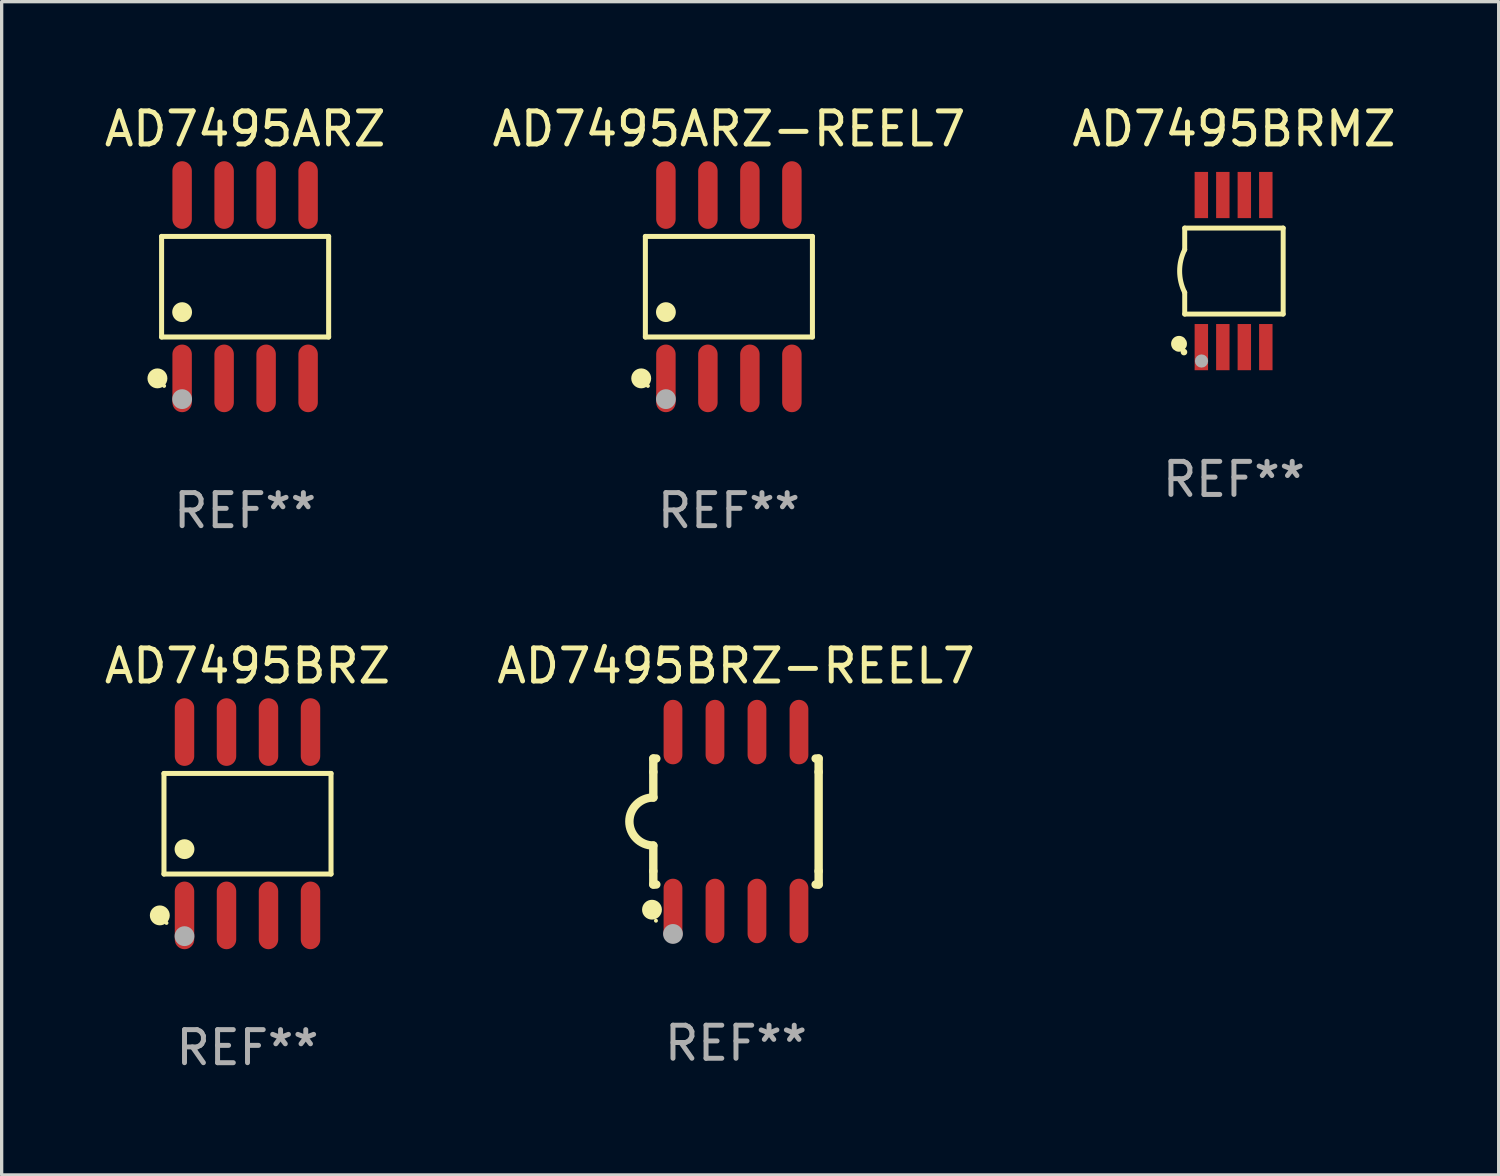
<source format=kicad_pcb>
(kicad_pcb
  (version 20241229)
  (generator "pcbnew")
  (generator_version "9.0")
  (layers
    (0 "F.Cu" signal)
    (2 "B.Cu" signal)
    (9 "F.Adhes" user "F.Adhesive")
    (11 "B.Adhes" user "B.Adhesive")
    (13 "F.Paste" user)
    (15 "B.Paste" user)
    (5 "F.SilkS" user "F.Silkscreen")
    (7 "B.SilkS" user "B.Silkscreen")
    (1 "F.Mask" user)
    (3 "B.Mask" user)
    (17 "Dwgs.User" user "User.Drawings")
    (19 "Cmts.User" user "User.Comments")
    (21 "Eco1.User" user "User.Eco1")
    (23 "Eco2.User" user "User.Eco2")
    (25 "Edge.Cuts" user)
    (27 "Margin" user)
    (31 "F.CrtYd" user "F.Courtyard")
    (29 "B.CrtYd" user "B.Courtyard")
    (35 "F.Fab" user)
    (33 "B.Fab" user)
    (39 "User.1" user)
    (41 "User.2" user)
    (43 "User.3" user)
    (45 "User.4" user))
  (footprint "AD7495BRMZ"
    (layer "F.Cu")
    (at 34.268 5.148)
    (property "Reference" "AD7495BRMZ" (at 0 -4.3 0) (layer "F.SilkS") (effects (font (size 1 1) (thickness 0.15))))
    (attr through_hole)
    (fp_line (start -1.489 -1.3) (end -1.489 -0.648) (stroke (width 0.15) (type solid)) (layer "F.SilkS"))
    (fp_line (start -1.489 0.648) (end -1.489 1.3) (stroke (width 0.15) (type solid)) (layer "F.SilkS"))
    (fp_line (start -1.489 1.3) (end 1.489 1.3) (stroke (width 0.15) (type solid)) (layer "F.SilkS"))
    (fp_line (start 1.489 -1.3) (end -1.489 -1.3) (stroke (width 0.15) (type solid)) (layer "F.SilkS"))
    (fp_line (start 1.489 1.3) (end 1.489 -1.3) (stroke (width 0.15) (type solid)) (layer "F.SilkS"))
    (fp_arc (start -1.489205 0.647702) (mid -1.642107 0) (end -1.489205 -0.647701) (stroke (width 0.150013) (type solid)) (layer "F.SilkS"))
    (fp_circle (center -1.661 2.2) (end -1.541 2.2) (stroke (width 0.24) (type solid)) (fill no) (layer "F.SilkS"))
    (fp_circle (center -1.511 2.45) (end -1.461 2.45) (stroke (width 0.1) (type solid)) (fill no) (layer "F.SilkS"))
    (fp_circle (center -0.981 2.72) (end -0.881 2.72) (stroke (width 0.2) (type solid)) (fill no) (layer "F.Fab"))
    (fp_text user "REF**" (at 0 6.3 0) (layer "F.Fab") (effects (font (size 1 1) (thickness 0.15))))
    (pad "1" smd rect (at -0.986 2.3) (size 0.406 1.397) (layers "F.Cu" "F.Mask" "F.Paste"))
    (pad "2" smd rect (at -0.336 2.3) (size 0.406 1.397) (layers "F.Cu" "F.Mask" "F.Paste"))
    (pad "3" smd rect (at 0.314 2.3) (size 0.406 1.397) (layers "F.Cu" "F.Mask" "F.Paste"))
    (pad "4" smd rect (at 0.964 2.3) (size 0.406 1.397) (layers "F.Cu" "F.Mask" "F.Paste"))
    (pad "5" smd rect (at 0.964 -2.3) (size 0.406 1.397) (layers "F.Cu" "F.Mask" "F.Paste"))
    (pad "6" smd rect (at 0.314 -2.3) (size 0.406 1.397) (layers "F.Cu" "F.Mask" "F.Paste"))
    (pad "7" smd rect (at -0.336 -2.3) (size 0.406 1.397) (layers "F.Cu" "F.Mask" "F.Paste"))
    (pad "8" smd rect (at -0.986 -2.3) (size 0.406 1.397) (layers "F.Cu" "F.Mask" "F.Paste")))
  (footprint "AD7495BRZ-REEL7"
    (layer "F.Cu")
    (at 19.208 21.795)
    (property "Reference" "AD7495BRZ-REEL7" (at 0 -4.705 0) (layer "F.SilkS") (effects (font (size 1 1) (thickness 0.15))))
    (attr through_hole)
    (fp_line (start -2.5 -1.905) (end -2.409 -1.905) (stroke (width 0.254) (type solid)) (layer "F.SilkS"))
    (fp_line (start -2.5 -1.5) (end -2.5 -1.905) (stroke (width 0.254) (type solid)) (layer "F.SilkS"))
    (fp_line (start -2.5 -1.5) (end -2.5 -0.726) (stroke (width 0.254) (type solid)) (layer "F.SilkS"))
    (fp_line (start -2.5 1.5) (end -2.5 0.727) (stroke (width 0.254) (type solid)) (layer "F.SilkS"))
    (fp_line (start -2.5 1.5) (end -2.5 1.905) (stroke (width 0.254) (type solid)) (layer "F.SilkS"))
    (fp_line (start -2.5 1.905) (end -2.409 1.905) (stroke (width 0.254) (type solid)) (layer "F.SilkS"))
    (fp_line (start 2.5 -1.905) (end 2.409 -1.905) (stroke (width 0.254) (type solid)) (layer "F.SilkS"))
    (fp_line (start 2.5 -1.5) (end 2.5 -1.905) (stroke (width 0.254) (type solid)) (layer "F.SilkS"))
    (fp_line (start 2.5 -1.5) (end 2.5 1.5) (stroke (width 0.254) (type solid)) (layer "F.SilkS"))
    (fp_line (start 2.5 1.5) (end 2.5 1.905) (stroke (width 0.254) (type solid)) (layer "F.SilkS"))
    (fp_line (start 2.5 1.905) (end 2.409 1.905) (stroke (width 0.254) (type solid)) (layer "F.SilkS"))
    (fp_arc (start -2.5 0.726568) (mid -3.220316 -0.0023) (end -2.495097 -0.726289) (stroke (width 0.254001) (type solid)) (layer "F.SilkS"))
    (fp_circle (center -2.54 2.667) (end -2.39 2.667) (stroke (width 0.3) (type solid)) (fill no) (layer "F.SilkS"))
    (fp_circle (center -2.42 3) (end -2.39 3) (stroke (width 0.06) (type solid)) (fill no) (layer "F.SilkS"))
    (fp_circle (center -1.905 3.4) (end -1.755 3.4) (stroke (width 0.3) (type solid)) (fill no) (layer "F.Fab"))
    (fp_text user "REF**" (at 0 6.705 0) (layer "F.Fab") (effects (font (size 1 1) (thickness 0.15))))
    (pad "1" smd oval (at -1.905 2.705) (size 0.568 1.95) (layers "F.Cu" "F.Mask" "F.Paste"))
    (pad "2" smd oval (at -0.635 2.705) (size 0.568 1.95) (layers "F.Cu" "F.Mask" "F.Paste"))
    (pad "3" smd oval (at 0.635 2.705) (size 0.568 1.95) (layers "F.Cu" "F.Mask" "F.Paste"))
    (pad "4" smd oval (at 1.905 2.705) (size 0.568 1.95) (layers "F.Cu" "F.Mask" "F.Paste"))
    (pad "5" smd oval (at 1.905 -2.705) (size 0.568 1.95) (layers "F.Cu" "F.Mask" "F.Paste"))
    (pad "6" smd oval (at 0.635 -2.705) (size 0.568 1.95) (layers "F.Cu" "F.Mask" "F.Paste"))
    (pad "7" smd oval (at -0.635 -2.705) (size 0.568 1.95) (layers "F.Cu" "F.Mask" "F.Paste"))
    (pad "8" smd oval (at -1.905 -2.705) (size 0.568 1.95) (layers "F.Cu" "F.Mask" "F.Paste")))
  (footprint "AD7495ARZ-REEL7"
    (layer "F.Cu")
    (at 18.994 5.621)
    (property "Reference" "AD7495ARZ-REEL7" (at 0 -4.772 0) (layer "F.SilkS") (effects (font (size 1 1) (thickness 0.15))))
    (attr through_hole)
    (fp_line (start -2.526 -1.521) (end 2.526 -1.521) (stroke (width 0.152) (type solid)) (layer "F.SilkS"))
    (fp_line (start -2.526 1.521) (end -2.526 -1.521) (stroke (width 0.152) (type solid)) (layer "F.SilkS"))
    (fp_line (start 2.526 -1.521) (end 2.526 1.521) (stroke (width 0.152) (type solid)) (layer "F.SilkS"))
    (fp_line (start 2.526 1.521) (end -2.526 1.521) (stroke (width 0.152) (type solid)) (layer "F.SilkS"))
    (fp_circle (center -2.652 2.772) (end -2.501 2.772) (stroke (width 0.3) (type solid)) (fill no) (layer "F.SilkS"))
    (fp_circle (center -2.45 3) (end -2.42 3) (stroke (width 0.06) (type solid)) (fill no) (layer "F.SilkS"))
    (fp_circle (center -1.905 0.769) (end -1.755 0.769) (stroke (width 0.3) (type solid)) (fill no) (layer "F.SilkS"))
    (fp_circle (center -1.905 3.4) (end -1.755 3.4) (stroke (width 0.3) (type solid)) (fill no) (layer "F.Fab"))
    (fp_text user "REF**" (at 0 6.772 0) (layer "F.Fab") (effects (font (size 1 1) (thickness 0.15))))
    (pad "1" smd oval (at -1.905 2.772) (size 0.588 2.045) (layers "F.Cu" "F.Mask" "F.Paste"))
    (pad "2" smd oval (at -0.635 2.772) (size 0.588 2.045) (layers "F.Cu" "F.Mask" "F.Paste"))
    (pad "3" smd oval (at 0.635 2.772) (size 0.588 2.045) (layers "F.Cu" "F.Mask" "F.Paste"))
    (pad "4" smd oval (at 1.905 2.772) (size 0.588 2.045) (layers "F.Cu" "F.Mask" "F.Paste"))
    (pad "5" smd oval (at 1.905 -2.772) (size 0.588 2.045) (layers "F.Cu" "F.Mask" "F.Paste"))
    (pad "6" smd oval (at 0.635 -2.772) (size 0.588 2.045) (layers "F.Cu" "F.Mask" "F.Paste"))
    (pad "7" smd oval (at -0.635 -2.772) (size 0.588 2.045) (layers "F.Cu" "F.Mask" "F.Paste"))
    (pad "8" smd oval (at -1.905 -2.772) (size 0.588 2.045) (layers "F.Cu" "F.Mask" "F.Paste")))
  (footprint "AD7495BRZ"
    (layer "F.Cu")
    (at 4.435 21.862)
    (property "Reference" "AD7495BRZ" (at 0 -4.772 0) (layer "F.SilkS") (effects (font (size 1 1) (thickness 0.15))))
    (attr through_hole)
    (fp_line (start -2.526 -1.521) (end 2.526 -1.521) (stroke (width 0.152) (type solid)) (layer "F.SilkS"))
    (fp_line (start -2.526 1.521) (end -2.526 -1.521) (stroke (width 0.152) (type solid)) (layer "F.SilkS"))
    (fp_line (start 2.526 -1.521) (end 2.526 1.521) (stroke (width 0.152) (type solid)) (layer "F.SilkS"))
    (fp_line (start 2.526 1.521) (end -2.526 1.521) (stroke (width 0.152) (type solid)) (layer "F.SilkS"))
    (fp_circle (center -2.652 2.772) (end -2.501 2.772) (stroke (width 0.3) (type solid)) (fill no) (layer "F.SilkS"))
    (fp_circle (center -2.45 3) (end -2.42 3) (stroke (width 0.06) (type solid)) (fill no) (layer "F.SilkS"))
    (fp_circle (center -1.905 0.769) (end -1.755 0.769) (stroke (width 0.3) (type solid)) (fill no) (layer "F.SilkS"))
    (fp_circle (center -1.905 3.4) (end -1.755 3.4) (stroke (width 0.3) (type solid)) (fill no) (layer "F.Fab"))
    (fp_text user "REF**" (at 0 6.772 0) (layer "F.Fab") (effects (font (size 1 1) (thickness 0.15))))
    (pad "1" smd oval (at -1.905 2.772) (size 0.588 2.045) (layers "F.Cu" "F.Mask" "F.Paste"))
    (pad "2" smd oval (at -0.635 2.772) (size 0.588 2.045) (layers "F.Cu" "F.Mask" "F.Paste"))
    (pad "3" smd oval (at 0.635 2.772) (size 0.588 2.045) (layers "F.Cu" "F.Mask" "F.Paste"))
    (pad "4" smd oval (at 1.905 2.772) (size 0.588 2.045) (layers "F.Cu" "F.Mask" "F.Paste"))
    (pad "5" smd oval (at 1.905 -2.772) (size 0.588 2.045) (layers "F.Cu" "F.Mask" "F.Paste"))
    (pad "6" smd oval (at 0.635 -2.772) (size 0.588 2.045) (layers "F.Cu" "F.Mask" "F.Paste"))
    (pad "7" smd oval (at -0.635 -2.772) (size 0.588 2.045) (layers "F.Cu" "F.Mask" "F.Paste"))
    (pad "8" smd oval (at -1.905 -2.772) (size 0.588 2.045) (layers "F.Cu" "F.Mask" "F.Paste")))
  (footprint "AD7495ARZ"
    (layer "F.Cu")
    (at 4.363 5.621)
    (property "Reference" "AD7495ARZ" (at 0 -4.772 0) (layer "F.SilkS") (effects (font (size 1 1) (thickness 0.15))))
    (attr through_hole)
    (fp_line (start -2.526 -1.521) (end 2.526 -1.521) (stroke (width 0.152) (type solid)) (layer "F.SilkS"))
    (fp_line (start -2.526 1.521) (end -2.526 -1.521) (stroke (width 0.152) (type solid)) (layer "F.SilkS"))
    (fp_line (start 2.526 -1.521) (end 2.526 1.521) (stroke (width 0.152) (type solid)) (layer "F.SilkS"))
    (fp_line (start 2.526 1.521) (end -2.526 1.521) (stroke (width 0.152) (type solid)) (layer "F.SilkS"))
    (fp_circle (center -2.652 2.772) (end -2.501 2.772) (stroke (width 0.3) (type solid)) (fill no) (layer "F.SilkS"))
    (fp_circle (center -2.45 3) (end -2.42 3) (stroke (width 0.06) (type solid)) (fill no) (layer "F.SilkS"))
    (fp_circle (center -1.905 0.769) (end -1.755 0.769) (stroke (width 0.3) (type solid)) (fill no) (layer "F.SilkS"))
    (fp_circle (center -1.905 3.4) (end -1.755 3.4) (stroke (width 0.3) (type solid)) (fill no) (layer "F.Fab"))
    (fp_text user "REF**" (at 0 6.772 0) (layer "F.Fab") (effects (font (size 1 1) (thickness 0.15))))
    (pad "1" smd oval (at -1.905 2.772) (size 0.588 2.045) (layers "F.Cu" "F.Mask" "F.Paste"))
    (pad "2" smd oval (at -0.635 2.772) (size 0.588 2.045) (layers "F.Cu" "F.Mask" "F.Paste"))
    (pad "3" smd oval (at 0.635 2.772) (size 0.588 2.045) (layers "F.Cu" "F.Mask" "F.Paste"))
    (pad "4" smd oval (at 1.905 2.772) (size 0.588 2.045) (layers "F.Cu" "F.Mask" "F.Paste"))
    (pad "5" smd oval (at 1.905 -2.772) (size 0.588 2.045) (layers "F.Cu" "F.Mask" "F.Paste"))
    (pad "6" smd oval (at 0.635 -2.772) (size 0.588 2.045) (layers "F.Cu" "F.Mask" "F.Paste"))
    (pad "7" smd oval (at -0.635 -2.772) (size 0.588 2.045) (layers "F.Cu" "F.Mask" "F.Paste"))
    (pad "8" smd oval (at -1.905 -2.772) (size 0.588 2.045) (layers "F.Cu" "F.Mask" "F.Paste")))
  (gr_rect
    (start -3 -3)
    (end 42.274 32.483)
    (stroke (width 0.1) (type default))
    (fill no)
    (layer "Edge.Cuts")))
</source>
